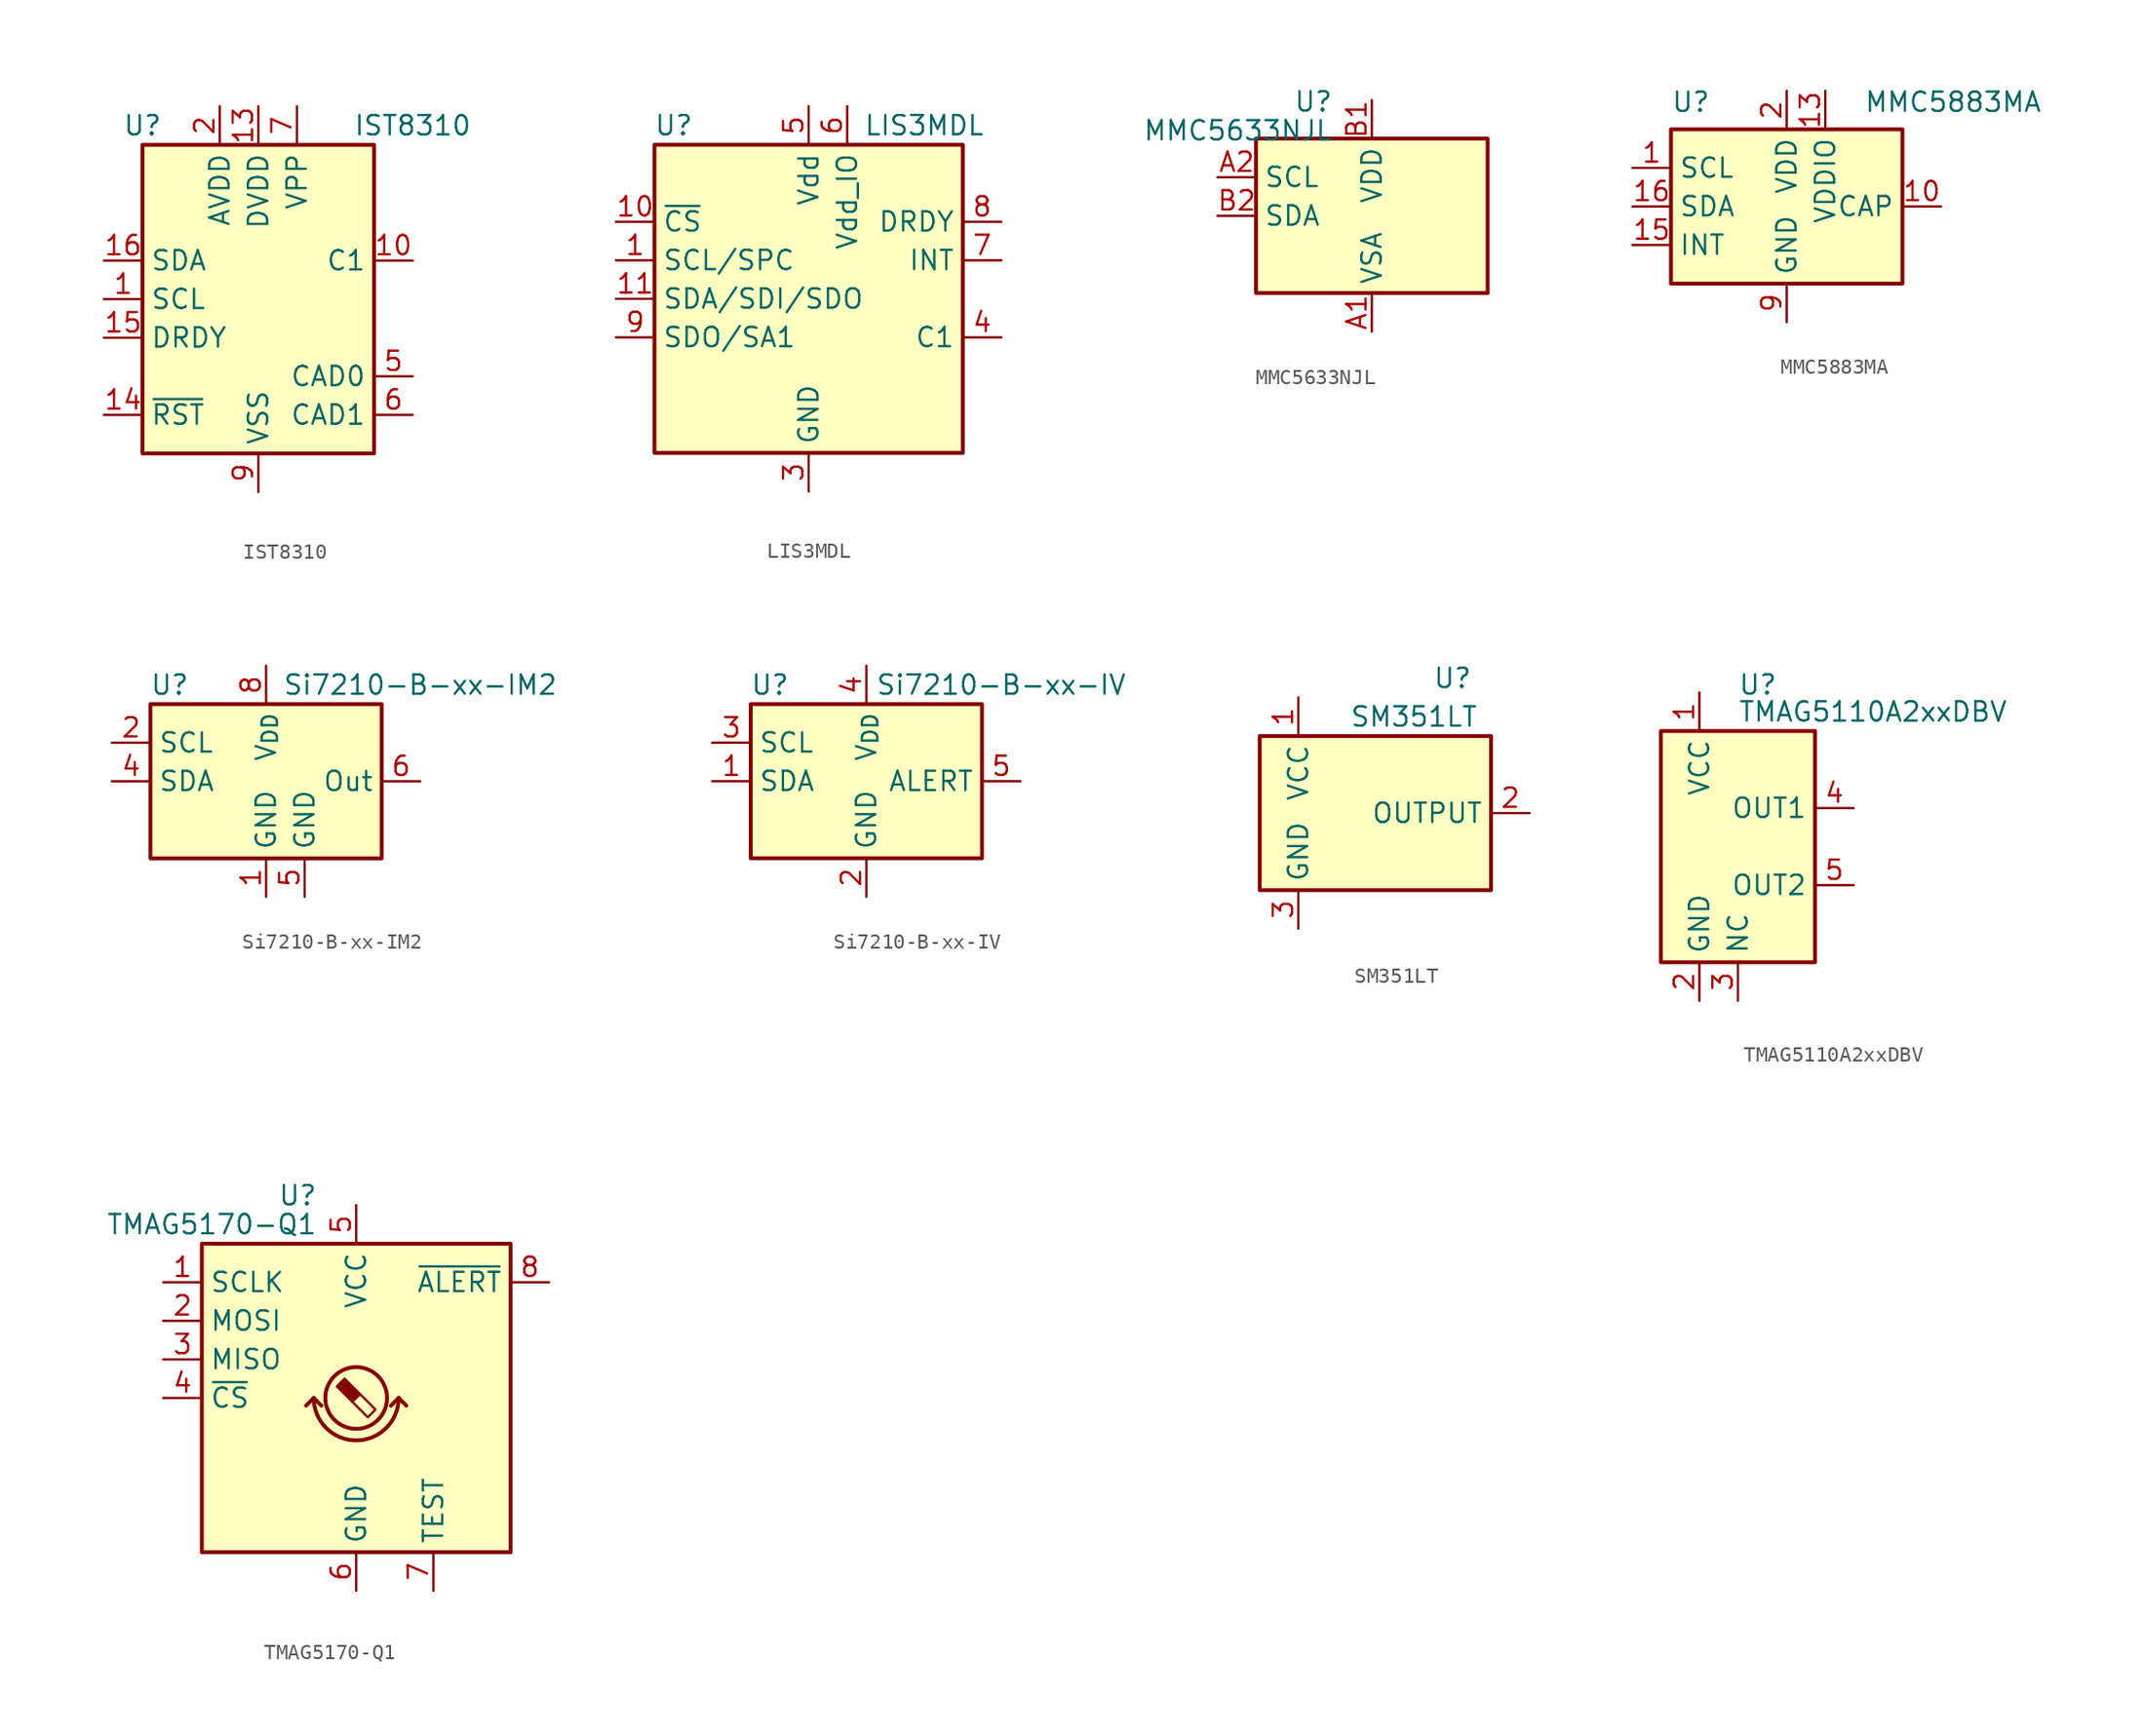
<source format=kicad_sym>
(kicad_symbol_lib
  (version 20211014)
  (generator kicad_symbol_editor)
  (symbol "IST8310"
    (property "Reference" "U"
      (at -7.62 11.43 0)
      (effects (font (size 1.27 1.27))))
    (property "Value" "IST8310"
      (at 10.16 11.43 0)
      (effects (font (size 1.27 1.27))))
    (symbol "IST8310_0_1"
      (rectangle (start -7.62 10.16) (end 7.62 -10.16) (stroke (width 0.254) (type default) (color 0 0 0 0)) (fill (type background))))
    (symbol "IST8310_1_1"
      (pin input line (at -10.16 0 0) (length 2.54) (name "SCL" (effects (font (size 1.27 1.27)))) (number "1" (effects (font (size 1.27 1.27)))))
      (pin passive line (at 10.16 2.54 180) (length 2.54) (name "C1" (effects (font (size 1.27 1.27)))) (number "10" (effects (font (size 1.27 1.27)))))
      (pin passive line (at 0 -12.7 90) (length 2.54) hide (name "VSS" (effects (font (size 1.27 1.27)))) (number "11" (effects (font (size 1.27 1.27)))))
      (pin no_connect line (at 7.62 7.62 180) (length 2.54) hide (name "NC" (effects (font (size 1.27 1.27)))) (number "12" (effects (font (size 1.27 1.27)))))
      (pin power_in line (at 0 12.7 270) (length 2.54) (name "DVDD" (effects (font (size 1.27 1.27)))) (number "13" (effects (font (size 1.27 1.27)))))
      (pin input line (at -10.16 -7.62 0) (length 2.54) (name "~{RST}" (effects (font (size 1.27 1.27)))) (number "14" (effects (font (size 1.27 1.27)))))
      (pin output line (at -10.16 -2.54 0) (length 2.54) (name "DRDY" (effects (font (size 1.27 1.27)))) (number "15" (effects (font (size 1.27 1.27)))))
      (pin bidirectional line (at -10.16 2.54 0) (length 2.54) (name "SDA" (effects (font (size 1.27 1.27)))) (number "16" (effects (font (size 1.27 1.27)))))
      (pin power_in line (at -2.54 12.7 270) (length 2.54) (name "AVDD" (effects (font (size 1.27 1.27)))) (number "2" (effects (font (size 1.27 1.27)))))
      (pin no_connect line (at -7.62 7.62 0) (length 2.54) hide (name "NC" (effects (font (size 1.27 1.27)))) (number "3" (effects (font (size 1.27 1.27)))))
      (pin no_connect line (at -7.62 5.08 0) (length 2.54) hide (name "NC" (effects (font (size 1.27 1.27)))) (number "4" (effects (font (size 1.27 1.27)))))
      (pin input line (at 10.16 -5.08 180) (length 2.54) (name "CAD0" (effects (font (size 1.27 1.27)))) (number "5" (effects (font (size 1.27 1.27)))))
      (pin input line (at 10.16 -7.62 180) (length 2.54) (name "CAD1" (effects (font (size 1.27 1.27)))) (number "6" (effects (font (size 1.27 1.27)))))
      (pin passive line (at 2.54 12.7 270) (length 2.54) (name "VPP" (effects (font (size 1.27 1.27)))) (number "7" (effects (font (size 1.27 1.27)))))
      (pin no_connect line (at 7.62 5.08 180) (length 2.54) hide (name "NC" (effects (font (size 1.27 1.27)))) (number "8" (effects (font (size 1.27 1.27)))))
      (pin power_in line (at 0 -12.7 90) (length 2.54) (name "VSS" (effects (font (size 1.27 1.27)))) (number "9" (effects (font (size 1.27 1.27)))))))
  (symbol "LIS3MDL"
    (property "Reference" "U"
      (at -8.89 11.43 0)
      (effects (font (size 1.27 1.27))))
    (property "Value" "LIS3MDL"
      (at 7.62 11.43 0)
      (effects (font (size 1.27 1.27))))
    (symbol "LIS3MDL_0_1"
      (rectangle (start -10.16 10.16) (end 10.16 -10.16) (stroke (width 0.254) (type default) (color 0 0 0 0)) (fill (type background))))
    (symbol "LIS3MDL_1_1"
      (pin input line (at -12.7 2.54 0) (length 2.54) (name "SCL/SPC" (effects (font (size 1.27 1.27)))) (number "1" (effects (font (size 1.27 1.27)))))
      (pin input line (at -12.7 5.08 0) (length 2.54) (name "~{CS}" (effects (font (size 1.27 1.27)))) (number "10" (effects (font (size 1.27 1.27)))))
      (pin bidirectional line (at -12.7 0 0) (length 2.54) (name "SDA/SDI/SDO" (effects (font (size 1.27 1.27)))) (number "11" (effects (font (size 1.27 1.27)))))
      (pin passive line (at 0 -12.7 90) (length 2.54) hide (name "GND" (effects (font (size 1.27 1.27)))) (number "12" (effects (font (size 1.27 1.27)))))
      (pin passive line (at 0 -12.7 90) (length 2.54) hide (name "GND" (effects (font (size 1.27 1.27)))) (number "2" (effects (font (size 1.27 1.27)))))
      (pin power_in line (at 0 -12.7 90) (length 2.54) (name "GND" (effects (font (size 1.27 1.27)))) (number "3" (effects (font (size 1.27 1.27)))))
      (pin power_out line (at 12.7 -2.54 180) (length 2.54) (name "C1" (effects (font (size 1.27 1.27)))) (number "4" (effects (font (size 1.27 1.27)))))
      (pin power_in line (at 0 12.7 270) (length 2.54) (name "Vdd" (effects (font (size 1.27 1.27)))) (number "5" (effects (font (size 1.27 1.27)))))
      (pin power_in line (at 2.54 12.7 270) (length 2.54) (name "Vdd_IO" (effects (font (size 1.27 1.27)))) (number "6" (effects (font (size 1.27 1.27)))))
      (pin output line (at 12.7 2.54 180) (length 2.54) (name "INT" (effects (font (size 1.27 1.27)))) (number "7" (effects (font (size 1.27 1.27)))))
      (pin output line (at 12.7 5.08 180) (length 2.54) (name "DRDY" (effects (font (size 1.27 1.27)))) (number "8" (effects (font (size 1.27 1.27)))))
      (pin bidirectional line (at -12.7 -2.54 0) (length 2.54) (name "SDO/SA1" (effects (font (size 1.27 1.27)))) (number "9" (effects (font (size 1.27 1.27)))))))
  (symbol "MMC5633NJL"
    (property "Reference" "U"
      (at -2.54 8.255 0)
      (effects (font (size 1.27 1.27)) (justify right top)))
    (property "Value" "MMC5633NJL"
      (at -2.54 6.35 0)
      (effects (font (size 1.27 1.27)) (justify right top)))
    (symbol "MMC5633NJL_0_1"
      (rectangle (start -7.62 -5.08) (end 7.62 5.08) (stroke (width 0.254) (type default) (color 0 0 0 0)) (fill (type background))))
    (symbol "MMC5633NJL_1_1"
      (pin power_in line (at 0 -7.62 90) (length 2.54) (name "VSA" (effects (font (size 1.27 1.27)))) (number "A1" (effects (font (size 1.27 1.27)))))
      (pin input line (at -10.16 2.54 0) (length 2.54) (name "SCL" (effects (font (size 1.27 1.27)))) (number "A2" (effects (font (size 1.27 1.27)))))
      (pin power_in line (at 0 7.62 270) (length 2.54) (name "VDD" (effects (font (size 1.27 1.27)))) (number "B1" (effects (font (size 1.27 1.27)))))
      (pin bidirectional line (at -10.16 0 0) (length 2.54) (name "SDA" (effects (font (size 1.27 1.27)))) (number "B2" (effects (font (size 1.27 1.27)))))))
  (symbol "MMC5883MA"
    (property "Reference" "U"
      (at -7.62 7.62 0)
      (effects (font (size 1.27 1.27)) (justify left top)))
    (property "Value" "MMC5883MA"
      (at 5.08 7.62 0)
      (effects (font (size 1.27 1.27)) (justify left top)))
    (symbol "MMC5883MA_0_1"
      (rectangle (start -7.62 -5.08) (end 7.62 5.08) (stroke (width 0.254) (type default) (color 0 0 0 0)) (fill (type background))))
    (symbol "MMC5883MA_1_1"
      (pin input line (at -10.16 2.54 0) (length 2.54) (name "SCL" (effects (font (size 1.27 1.27)))) (number "1" (effects (font (size 1.27 1.27)))))
      (pin passive line (at 10.16 0 180) (length 2.54) (name "CAP" (effects (font (size 1.27 1.27)))) (number "10" (effects (font (size 1.27 1.27)))))
      (pin passive line (at 0 -7.62 90) (length 2.54) hide (name "GND" (effects (font (size 1.27 1.27)))) (number "11" (effects (font (size 1.27 1.27)))))
      (pin no_connect line (at 5.08 -5.08 90) (length 2.54) hide (name "NC" (effects (font (size 1.27 1.27)))) (number "12" (effects (font (size 1.27 1.27)))))
      (pin power_in line (at 2.54 7.62 270) (length 2.54) (name "VDDIO" (effects (font (size 1.27 1.27)))) (number "13" (effects (font (size 1.27 1.27)))))
      (pin no_connect line (at -2.54 -5.08 90) (length 2.54) hide (name "NC" (effects (font (size 1.27 1.27)))) (number "14" (effects (font (size 1.27 1.27)))))
      (pin output line (at -10.16 -2.54 0) (length 2.54) (name "INT" (effects (font (size 1.27 1.27)))) (number "15" (effects (font (size 1.27 1.27)))))
      (pin bidirectional line (at -10.16 0 0) (length 2.54) (name "SDA" (effects (font (size 1.27 1.27)))) (number "16" (effects (font (size 1.27 1.27)))))
      (pin power_in line (at 0 7.62 270) (length 2.54) (name "VDD" (effects (font (size 1.27 1.27)))) (number "2" (effects (font (size 1.27 1.27)))))
      (pin no_connect line (at 7.62 -5.08 180) (length 2.54) hide (name "NC" (effects (font (size 1.27 1.27)))) (number "3" (effects (font (size 1.27 1.27)))))
      (pin no_connect line (at 7.62 2.54 180) (length 2.54) hide (name "NC" (effects (font (size 1.27 1.27)))) (number "4" (effects (font (size 1.27 1.27)))))
      (pin no_connect line (at 7.62 5.08 180) (length 2.54) hide (name "NC" (effects (font (size 1.27 1.27)))) (number "5" (effects (font (size 1.27 1.27)))))
      (pin no_connect line (at 7.62 -2.54 180) (length 2.54) hide (name "NC" (effects (font (size 1.27 1.27)))) (number "6" (effects (font (size 1.27 1.27)))))
      (pin no_connect line (at -5.08 -5.08 90) (length 2.54) hide (name "NC" (effects (font (size 1.27 1.27)))) (number "7" (effects (font (size 1.27 1.27)))))
      (pin no_connect line (at 2.54 -5.08 90) (length 2.54) hide (name "NC" (effects (font (size 1.27 1.27)))) (number "8" (effects (font (size 1.27 1.27)))))
      (pin power_in line (at 0 -7.62 90) (length 2.54) (name "GND" (effects (font (size 1.27 1.27)))) (number "9" (effects (font (size 1.27 1.27)))))))
  (symbol "Si7210-B-xx-IM2"
    (property "Reference" "U"
      (at -6.35 6.35 0)
      (effects (font (size 1.27 1.27))))
    (property "Value" "Si7210-B-xx-IM2"
      (at 10.16 6.35 0)
      (effects (font (size 1.27 1.27))))
    (symbol "Si7210-B-xx-IM2_0_1"
      (rectangle (start -7.62 5.08) (end 7.62 -5.08) (stroke (width 0.254) (type default) (color 0 0 0 0)) (fill (type background))))
    (symbol "Si7210-B-xx-IM2_1_1"
      (pin power_in line (at 0 -7.62 90) (length 2.54) (name "GND" (effects (font (size 1.27 1.27)))) (number "1" (effects (font (size 1.27 1.27)))))
      (pin input line (at -10.16 2.54 0) (length 2.54) (name "SCL" (effects (font (size 1.27 1.27)))) (number "2" (effects (font (size 1.27 1.27)))))
      (pin bidirectional line (at -10.16 0 0) (length 2.54) (name "SDA" (effects (font (size 1.27 1.27)))) (number "4" (effects (font (size 1.27 1.27)))))
      (pin power_in line (at 2.54 -7.62 90) (length 2.54) (name "GND" (effects (font (size 1.27 1.27)))) (number "5" (effects (font (size 1.27 1.27)))))
      (pin bidirectional line (at 10.16 0 180) (length 2.54) (name "Out" (effects (font (size 1.27 1.27)))) (number "6" (effects (font (size 1.27 1.27)))))
      (pin power_in line (at 0 7.62 270) (length 2.54) (name "V_{DD}" (effects (font (size 1.27 1.27)))) (number "8" (effects (font (size 1.27 1.27)))))))
  (symbol "Si7210-B-xx-IV"
    (property "Reference" "U"
      (at -6.35 6.35 0)
      (effects (font (size 1.27 1.27))))
    (property "Value" "Si7210-B-xx-IV"
      (at 8.89 6.35 0)
      (effects (font (size 1.27 1.27))))
    (symbol "Si7210-B-xx-IV_0_1"
      (rectangle (start -7.62 5.08) (end 7.62 -5.08) (stroke (width 0.254) (type default) (color 0 0 0 0)) (fill (type background))))
    (symbol "Si7210-B-xx-IV_1_1"
      (pin bidirectional line (at -10.16 0 0) (length 2.54) (name "SDA" (effects (font (size 1.27 1.27)))) (number "1" (effects (font (size 1.27 1.27)))))
      (pin power_in line (at 0 -7.62 90) (length 2.54) (name "GND" (effects (font (size 1.27 1.27)))) (number "2" (effects (font (size 1.27 1.27)))))
      (pin input line (at -10.16 2.54 0) (length 2.54) (name "SCL" (effects (font (size 1.27 1.27)))) (number "3" (effects (font (size 1.27 1.27)))))
      (pin power_in line (at 0 7.62 270) (length 2.54) (name "V_{DD}" (effects (font (size 1.27 1.27)))) (number "4" (effects (font (size 1.27 1.27)))))
      (pin output line (at 10.16 0 180) (length 2.54) (name "ALERT" (effects (font (size 1.27 1.27)))) (number "5" (effects (font (size 1.27 1.27)))))))
  (symbol "SM351LT"
    (property "Reference" "U"
      (at 5.08 8.89 0)
      (effects (font (size 1.27 1.27))))
    (property "Value" "SM351LT"
      (at 2.54 6.35 0)
      (effects (font (size 1.27 1.27))))
    (symbol "SM351LT_0_1"
      (rectangle (start 7.62 5.08) (end -7.62 -5.08) (stroke (width 0.254) (type default) (color 0 0 0 0)) (fill (type background))))
    (symbol "SM351LT_1_1"
      (pin power_in line (at -5.08 7.62 270) (length 2.54) (name "VCC" (effects (font (size 1.27 1.27)))) (number "1" (effects (font (size 1.27 1.27)))))
      (pin output line (at 10.16 0 180) (length 2.54) (name "OUTPUT" (effects (font (size 1.27 1.27)))) (number "2" (effects (font (size 1.27 1.27)))))
      (pin power_in line (at -5.08 -7.62 90) (length 2.54) (name "GND" (effects (font (size 1.27 1.27)))) (number "3" (effects (font (size 1.27 1.27)))))))
  (symbol "TMAG5110A2xxDBV"
    (property "Reference" "U"
      (at 0 10.668 0)
      (effects (font (size 1.27 1.27)) (justify left)))
    (property "Value" "TMAG5110A2xxDBV"
      (at 0 8.89 0)
      (effects (font (size 1.27 1.27)) (justify left)))
    (symbol "TMAG5110A2xxDBV_0_0"
      (pin passive line (at 0 -10.16 90) (length 2.54) (name "NC" (effects (font (size 1.27 1.27)))) (number "3" (effects (font (size 1.27 1.27)))))
      (pin open_collector line (at 7.62 -2.54 180) (length 2.54) (name "OUT2" (effects (font (size 1.27 1.27)))) (number "5" (effects (font (size 1.27 1.27))))))
    (symbol "TMAG5110A2xxDBV_0_1"
      (rectangle (start -5.08 7.62) (end 5.08 -7.62) (stroke (width 0.254) (type default) (color 0 0 0 0)) (fill (type background))))
    (symbol "TMAG5110A2xxDBV_1_1"
      (pin power_in line (at -2.54 10.16 270) (length 2.54) (name "VCC" (effects (font (size 1.27 1.27)))) (number "1" (effects (font (size 1.27 1.27)))))
      (pin power_in line (at -2.54 -10.16 90) (length 2.54) (name "GND" (effects (font (size 1.27 1.27)))) (number "2" (effects (font (size 1.27 1.27)))))
      (pin open_collector line (at 7.62 2.54 180) (length 2.54) (name "OUT1" (effects (font (size 1.27 1.27)))) (number "4" (effects (font (size 1.27 1.27)))))))
  (symbol "TMAG5170-Q1"
    (property "Reference" "U"
      (at -2.54 13.335 0)
      (effects (font (size 1.27 1.27)) (justify right)))
    (property "Value" "TMAG5170-Q1"
      (at -2.54 11.43 0)
      (effects (font (size 1.27 1.27)) (justify right)))
    (symbol "TMAG5170-Q1_0_1"
      (rectangle (start -10.16 10.16) (end 10.16 -10.16) (stroke (width 0.254) (type default) (color 0 0 0 0)) (fill (type background)))
      (arc (start -2.794 0) (mid 0 -2.794) (end 2.794 0) (stroke (width 0.254) (type default) (color 0 0 0 0)) (fill (type none)))
      (polyline (pts (xy -2.794 0) (xy -3.302 -0.508)) (stroke (width 0.254) (type default) (color 0 0 0 0)) (fill (type none)))
      (polyline (pts (xy -2.794 0) (xy -2.286 -0.508)) (stroke (width 0.254) (type default) (color 0 0 0 0)) (fill (type none)))
      (polyline (pts (xy 2.794 0) (xy 2.286 -0.508)) (stroke (width 0.254) (type default) (color 0 0 0 0)) (fill (type none)))
      (polyline (pts (xy 2.794 0) (xy 3.302 -0.508)) (stroke (width 0.254) (type default) (color 0 0 0 0)) (fill (type none))))
    (symbol "TMAG5170-Q1_1_1"
      (polyline (pts (xy 0.254 0.254) (xy 1.27 -0.762) (xy 0.762 -1.27) (xy -0.254 -0.254)) (stroke (width 0) (type default) (color 0 0 0 0)) (fill (type none)))
      (polyline (pts (xy -0.762 1.27) (xy 0.254 0.254) (xy -0.254 -0.254) (xy -1.27 0.762) (xy -1.016 1.016) (xy -0.762 1.27) (xy -0.635 1.143)) (stroke (width 0) (type default) (color 0 0 0 0)) (fill (type outline)))
      (circle (center 0 0) (radius 2.032) (stroke (width 0.254) (type default) (color 0 0 0 0)) (fill (type none)))
      (pin input line (at -12.7 7.62 0) (length 2.54) (name "SCLK" (effects (font (size 1.27 1.27)))) (number "1" (effects (font (size 1.27 1.27)))))
      (pin input line (at -12.7 5.08 0) (length 2.54) (name "MOSI" (effects (font (size 1.27 1.27)))) (number "2" (effects (font (size 1.27 1.27)))))
      (pin output line (at -12.7 2.54 0) (length 2.54) (name "MISO" (effects (font (size 1.27 1.27)))) (number "3" (effects (font (size 1.27 1.27)))))
      (pin input line (at -12.7 0 0) (length 2.54) (name "~{CS}" (effects (font (size 1.27 1.27)))) (number "4" (effects (font (size 1.27 1.27)))))
      (pin power_in line (at 0 12.7 270) (length 2.54) (name "VCC" (effects (font (size 1.27 1.27)))) (number "5" (effects (font (size 1.27 1.27)))))
      (pin power_in line (at 0 -12.7 90) (length 2.54) (name "GND" (effects (font (size 1.27 1.27)))) (number "6" (effects (font (size 1.27 1.27)))))
      (pin passive line (at 5.08 -12.7 90) (length 2.54) (name "TEST" (effects (font (size 1.27 1.27)))) (number "7" (effects (font (size 1.27 1.27)))))
      (pin bidirectional line (at 12.7 7.62 180) (length 2.54) (name "~{ALERT}" (effects (font (size 1.27 1.27)))) (number "8" (effects (font (size 1.27 1.27))))))))
</source>
